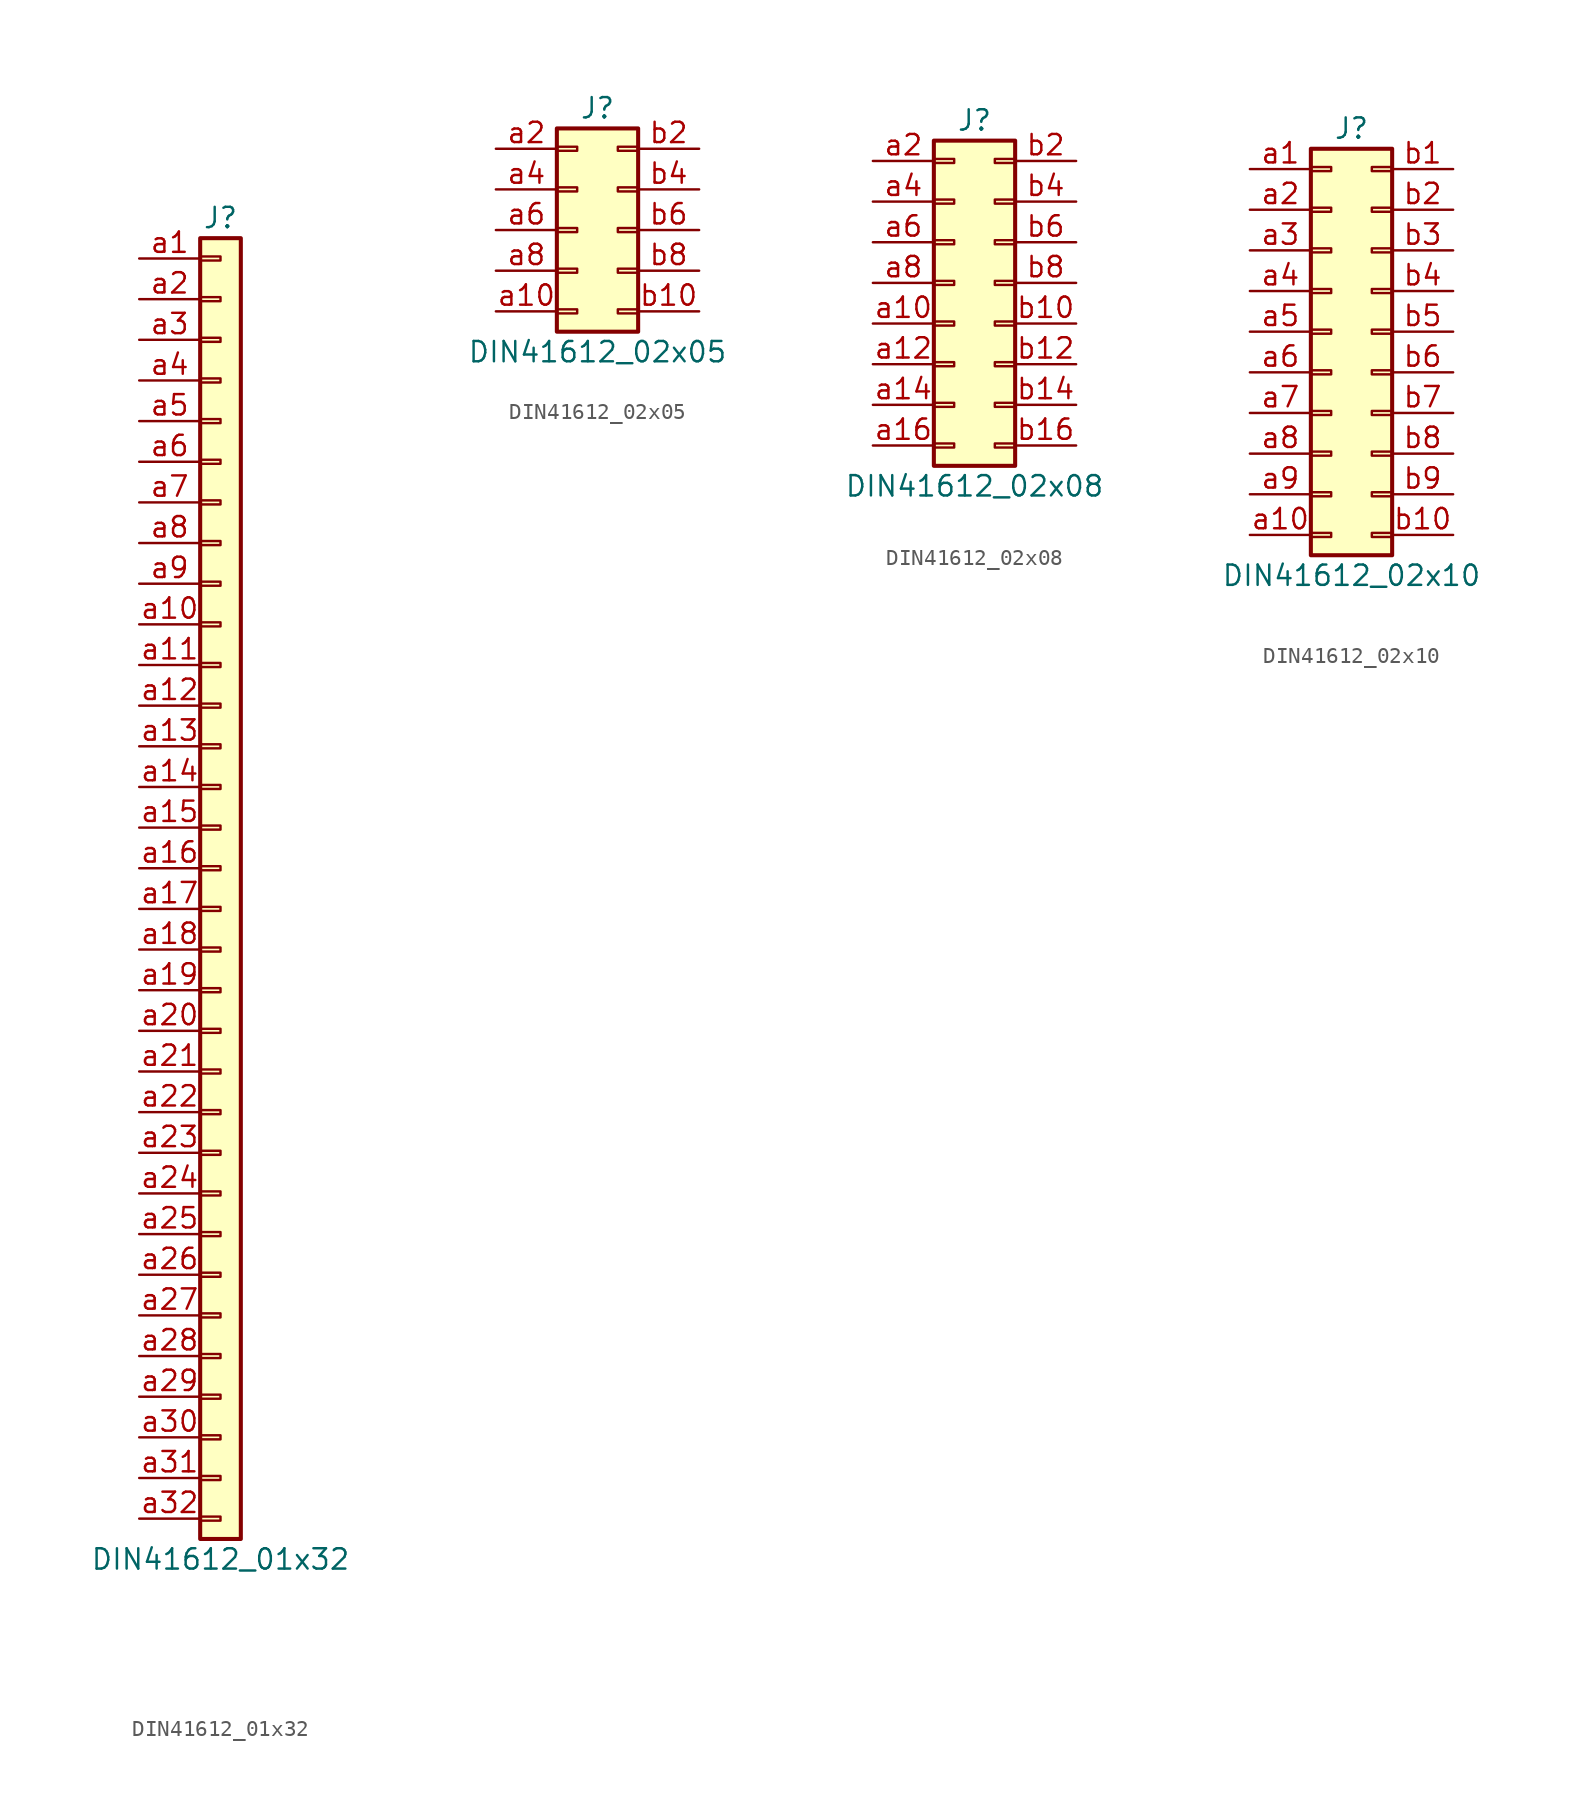
<source format=kicad_sym>
(kicad_symbol_lib
  (version 20241209)
  (generator "kicad_symbol_editor")
  (generator_version "9.0")
  (symbol "DIN41612_01x32"
    (pin_names
      (offset 1.016)
      (hide yes))
    (property "Reference" "J"
      (at 0 40.64 0)
      (effects (font (size 1.27 1.27))))
    (property "Value" "DIN41612_01x32"
      (at 0 -43.18 0)
      (effects (font (size 1.27 1.27))))
    (symbol "DIN41612_01x32_1_1"
      (rectangle (start -1.27 39.37) (end 1.27 -41.91) (stroke (width 0.254) (type default)) (fill (type background)))
      (rectangle (start -1.27 38.227) (end 0 37.973) (stroke (width 0.152) (type default)) (fill (type none)))
      (rectangle (start -1.27 35.687) (end 0 35.433) (stroke (width 0.152) (type default)) (fill (type none)))
      (rectangle (start -1.27 33.147) (end 0 32.893) (stroke (width 0.152) (type default)) (fill (type none)))
      (rectangle (start -1.27 30.607) (end 0 30.353) (stroke (width 0.152) (type default)) (fill (type none)))
      (rectangle (start -1.27 28.067) (end 0 27.813) (stroke (width 0.152) (type default)) (fill (type none)))
      (rectangle (start -1.27 25.527) (end 0 25.273) (stroke (width 0.152) (type default)) (fill (type none)))
      (rectangle (start -1.27 22.987) (end 0 22.733) (stroke (width 0.152) (type default)) (fill (type none)))
      (rectangle (start -1.27 20.447) (end 0 20.193) (stroke (width 0.152) (type default)) (fill (type none)))
      (rectangle (start -1.27 17.907) (end 0 17.653) (stroke (width 0.152) (type default)) (fill (type none)))
      (rectangle (start -1.27 15.367) (end 0 15.113) (stroke (width 0.152) (type default)) (fill (type none)))
      (rectangle (start -1.27 12.827) (end 0 12.573) (stroke (width 0.152) (type default)) (fill (type none)))
      (rectangle (start -1.27 10.287) (end 0 10.033) (stroke (width 0.152) (type default)) (fill (type none)))
      (rectangle (start -1.27 7.747) (end 0 7.493) (stroke (width 0.152) (type default)) (fill (type none)))
      (rectangle (start -1.27 5.207) (end 0 4.953) (stroke (width 0.152) (type default)) (fill (type none)))
      (rectangle (start -1.27 2.667) (end 0 2.413) (stroke (width 0.152) (type default)) (fill (type none)))
      (rectangle (start -1.27 0.127) (end 0 -0.127) (stroke (width 0.152) (type default)) (fill (type none)))
      (rectangle (start -1.27 -2.413) (end 0 -2.667) (stroke (width 0.152) (type default)) (fill (type none)))
      (rectangle (start -1.27 -4.953) (end 0 -5.207) (stroke (width 0.152) (type default)) (fill (type none)))
      (rectangle (start -1.27 -7.493) (end 0 -7.747) (stroke (width 0.152) (type default)) (fill (type none)))
      (rectangle (start -1.27 -10.033) (end 0 -10.287) (stroke (width 0.152) (type default)) (fill (type none)))
      (rectangle (start -1.27 -12.573) (end 0 -12.827) (stroke (width 0.152) (type default)) (fill (type none)))
      (rectangle (start -1.27 -15.113) (end 0 -15.367) (stroke (width 0.152) (type default)) (fill (type none)))
      (rectangle (start -1.27 -17.653) (end 0 -17.907) (stroke (width 0.152) (type default)) (fill (type none)))
      (rectangle (start -1.27 -20.193) (end 0 -20.447) (stroke (width 0.152) (type default)) (fill (type none)))
      (rectangle (start -1.27 -22.733) (end 0 -22.987) (stroke (width 0.152) (type default)) (fill (type none)))
      (rectangle (start -1.27 -25.273) (end 0 -25.527) (stroke (width 0.152) (type default)) (fill (type none)))
      (rectangle (start -1.27 -27.813) (end 0 -28.067) (stroke (width 0.152) (type default)) (fill (type none)))
      (rectangle (start -1.27 -30.353) (end 0 -30.607) (stroke (width 0.152) (type default)) (fill (type none)))
      (rectangle (start -1.27 -32.893) (end 0 -33.147) (stroke (width 0.152) (type default)) (fill (type none)))
      (rectangle (start -1.27 -35.433) (end 0 -35.687) (stroke (width 0.152) (type default)) (fill (type none)))
      (rectangle (start -1.27 -37.973) (end 0 -38.227) (stroke (width 0.152) (type default)) (fill (type none)))
      (rectangle (start -1.27 -40.513) (end 0 -40.767) (stroke (width 0.152) (type default)) (fill (type none)))
      (pin passive line (at -5.08 38.1 0) (length 3.81) (name "Pin_a1" (effects (font (size 1.27 1.27)))) (number "a1" (effects (font (size 1.27 1.27)))))
      (pin passive line (at -5.08 35.56 0) (length 3.81) (name "Pin_a2" (effects (font (size 1.27 1.27)))) (number "a2" (effects (font (size 1.27 1.27)))))
      (pin passive line (at -5.08 33.02 0) (length 3.81) (name "Pin_a3" (effects (font (size 1.27 1.27)))) (number "a3" (effects (font (size 1.27 1.27)))))
      (pin passive line (at -5.08 30.48 0) (length 3.81) (name "Pin_a4" (effects (font (size 1.27 1.27)))) (number "a4" (effects (font (size 1.27 1.27)))))
      (pin passive line (at -5.08 27.94 0) (length 3.81) (name "Pin_a5" (effects (font (size 1.27 1.27)))) (number "a5" (effects (font (size 1.27 1.27)))))
      (pin passive line (at -5.08 25.4 0) (length 3.81) (name "Pin_a6" (effects (font (size 1.27 1.27)))) (number "a6" (effects (font (size 1.27 1.27)))))
      (pin passive line (at -5.08 22.86 0) (length 3.81) (name "Pin_a7" (effects (font (size 1.27 1.27)))) (number "a7" (effects (font (size 1.27 1.27)))))
      (pin passive line (at -5.08 20.32 0) (length 3.81) (name "Pin_a8" (effects (font (size 1.27 1.27)))) (number "a8" (effects (font (size 1.27 1.27)))))
      (pin passive line (at -5.08 17.78 0) (length 3.81) (name "Pin_a9" (effects (font (size 1.27 1.27)))) (number "a9" (effects (font (size 1.27 1.27)))))
      (pin passive line (at -5.08 15.24 0) (length 3.81) (name "Pin_a10" (effects (font (size 1.27 1.27)))) (number "a10" (effects (font (size 1.27 1.27)))))
      (pin passive line (at -5.08 12.7 0) (length 3.81) (name "Pin_a11" (effects (font (size 1.27 1.27)))) (number "a11" (effects (font (size 1.27 1.27)))))
      (pin passive line (at -5.08 10.16 0) (length 3.81) (name "Pin_a12" (effects (font (size 1.27 1.27)))) (number "a12" (effects (font (size 1.27 1.27)))))
      (pin passive line (at -5.08 7.62 0) (length 3.81) (name "Pin_a13" (effects (font (size 1.27 1.27)))) (number "a13" (effects (font (size 1.27 1.27)))))
      (pin passive line (at -5.08 5.08 0) (length 3.81) (name "Pin_a14" (effects (font (size 1.27 1.27)))) (number "a14" (effects (font (size 1.27 1.27)))))
      (pin passive line (at -5.08 2.54 0) (length 3.81) (name "Pin_a15" (effects (font (size 1.27 1.27)))) (number "a15" (effects (font (size 1.27 1.27)))))
      (pin passive line (at -5.08 0 0) (length 3.81) (name "Pin_a16" (effects (font (size 1.27 1.27)))) (number "a16" (effects (font (size 1.27 1.27)))))
      (pin passive line (at -5.08 -2.54 0) (length 3.81) (name "Pin_a17" (effects (font (size 1.27 1.27)))) (number "a17" (effects (font (size 1.27 1.27)))))
      (pin passive line (at -5.08 -5.08 0) (length 3.81) (name "Pin_a18" (effects (font (size 1.27 1.27)))) (number "a18" (effects (font (size 1.27 1.27)))))
      (pin passive line (at -5.08 -7.62 0) (length 3.81) (name "Pin_a19" (effects (font (size 1.27 1.27)))) (number "a19" (effects (font (size 1.27 1.27)))))
      (pin passive line (at -5.08 -10.16 0) (length 3.81) (name "Pin_a20" (effects (font (size 1.27 1.27)))) (number "a20" (effects (font (size 1.27 1.27)))))
      (pin passive line (at -5.08 -12.7 0) (length 3.81) (name "Pin_a21" (effects (font (size 1.27 1.27)))) (number "a21" (effects (font (size 1.27 1.27)))))
      (pin passive line (at -5.08 -15.24 0) (length 3.81) (name "Pin_a22" (effects (font (size 1.27 1.27)))) (number "a22" (effects (font (size 1.27 1.27)))))
      (pin passive line (at -5.08 -17.78 0) (length 3.81) (name "Pin_a23" (effects (font (size 1.27 1.27)))) (number "a23" (effects (font (size 1.27 1.27)))))
      (pin passive line (at -5.08 -20.32 0) (length 3.81) (name "Pin_a24" (effects (font (size 1.27 1.27)))) (number "a24" (effects (font (size 1.27 1.27)))))
      (pin passive line (at -5.08 -22.86 0) (length 3.81) (name "Pin_a25" (effects (font (size 1.27 1.27)))) (number "a25" (effects (font (size 1.27 1.27)))))
      (pin passive line (at -5.08 -25.4 0) (length 3.81) (name "Pin_a26" (effects (font (size 1.27 1.27)))) (number "a26" (effects (font (size 1.27 1.27)))))
      (pin passive line (at -5.08 -27.94 0) (length 3.81) (name "Pin_a27" (effects (font (size 1.27 1.27)))) (number "a27" (effects (font (size 1.27 1.27)))))
      (pin passive line (at -5.08 -30.48 0) (length 3.81) (name "Pin_a28" (effects (font (size 1.27 1.27)))) (number "a28" (effects (font (size 1.27 1.27)))))
      (pin passive line (at -5.08 -33.02 0) (length 3.81) (name "Pin_a29" (effects (font (size 1.27 1.27)))) (number "a29" (effects (font (size 1.27 1.27)))))
      (pin passive line (at -5.08 -35.56 0) (length 3.81) (name "Pin_a30" (effects (font (size 1.27 1.27)))) (number "a30" (effects (font (size 1.27 1.27)))))
      (pin passive line (at -5.08 -38.1 0) (length 3.81) (name "Pin_a31" (effects (font (size 1.27 1.27)))) (number "a31" (effects (font (size 1.27 1.27)))))
      (pin passive line (at -5.08 -40.64 0) (length 3.81) (name "Pin_a32" (effects (font (size 1.27 1.27)))) (number "a32" (effects (font (size 1.27 1.27)))))))
  (symbol "DIN41612_02x05"
    (pin_names
      (offset 1.016)
      (hide yes))
    (property "Reference" "J"
      (at 1.27 7.62 0)
      (effects (font (size 1.27 1.27))))
    (property "Value" "DIN41612_02x05"
      (at 1.27 -7.62 0)
      (effects (font (size 1.27 1.27))))
    (symbol "DIN41612_02x05_1_1"
      (rectangle (start -1.27 6.35) (end 3.81 -6.35) (stroke (width 0.254) (type default)) (fill (type background)))
      (rectangle (start -1.27 5.207) (end 0 4.953) (stroke (width 0.152) (type default)) (fill (type none)))
      (rectangle (start -1.27 2.667) (end 0 2.413) (stroke (width 0.152) (type default)) (fill (type none)))
      (rectangle (start -1.27 0.127) (end 0 -0.127) (stroke (width 0.152) (type default)) (fill (type none)))
      (rectangle (start -1.27 -2.413) (end 0 -2.667) (stroke (width 0.152) (type default)) (fill (type none)))
      (rectangle (start -1.27 -4.953) (end 0 -5.207) (stroke (width 0.152) (type default)) (fill (type none)))
      (rectangle (start 3.81 5.207) (end 2.54 4.953) (stroke (width 0.152) (type default)) (fill (type none)))
      (rectangle (start 3.81 2.667) (end 2.54 2.413) (stroke (width 0.152) (type default)) (fill (type none)))
      (rectangle (start 3.81 0.127) (end 2.54 -0.127) (stroke (width 0.152) (type default)) (fill (type none)))
      (rectangle (start 3.81 -2.413) (end 2.54 -2.667) (stroke (width 0.152) (type default)) (fill (type none)))
      (rectangle (start 3.81 -4.953) (end 2.54 -5.207) (stroke (width 0.152) (type default)) (fill (type none)))
      (pin passive line (at -5.08 5.08 0) (length 3.81) (name "Pin_a2" (effects (font (size 1.27 1.27)))) (number "a2" (effects (font (size 1.27 1.27)))))
      (pin passive line (at -5.08 2.54 0) (length 3.81) (name "Pin_a4" (effects (font (size 1.27 1.27)))) (number "a4" (effects (font (size 1.27 1.27)))))
      (pin passive line (at -5.08 0 0) (length 3.81) (name "Pin_a6" (effects (font (size 1.27 1.27)))) (number "a6" (effects (font (size 1.27 1.27)))))
      (pin passive line (at -5.08 -2.54 0) (length 3.81) (name "Pin_a8" (effects (font (size 1.27 1.27)))) (number "a8" (effects (font (size 1.27 1.27)))))
      (pin passive line (at -5.08 -5.08 0) (length 3.81) (name "Pin_a10" (effects (font (size 1.27 1.27)))) (number "a10" (effects (font (size 1.27 1.27)))))
      (pin passive line (at 7.62 5.08 180) (length 3.81) (name "Pin_b2" (effects (font (size 1.27 1.27)))) (number "b2" (effects (font (size 1.27 1.27)))))
      (pin passive line (at 7.62 2.54 180) (length 3.81) (name "Pin_b4" (effects (font (size 1.27 1.27)))) (number "b4" (effects (font (size 1.27 1.27)))))
      (pin passive line (at 7.62 0 180) (length 3.81) (name "Pin_b6" (effects (font (size 1.27 1.27)))) (number "b6" (effects (font (size 1.27 1.27)))))
      (pin passive line (at 7.62 -2.54 180) (length 3.81) (name "Pin_b8" (effects (font (size 1.27 1.27)))) (number "b8" (effects (font (size 1.27 1.27)))))
      (pin passive line (at 7.62 -5.08 180) (length 3.81) (name "Pin_b10" (effects (font (size 1.27 1.27)))) (number "b10" (effects (font (size 1.27 1.27)))))))
  (symbol "DIN41612_02x08"
    (pin_names
      (offset 1.016)
      (hide yes))
    (property "Reference" "J"
      (at 1.27 10.16 0)
      (effects (font (size 1.27 1.27))))
    (property "Value" "DIN41612_02x08"
      (at 1.27 -12.7 0)
      (effects (font (size 1.27 1.27))))
    (symbol "DIN41612_02x08_1_1"
      (rectangle (start -1.27 8.89) (end 3.81 -11.43) (stroke (width 0.254) (type default)) (fill (type background)))
      (rectangle (start -1.27 7.747) (end 0 7.493) (stroke (width 0.152) (type default)) (fill (type none)))
      (rectangle (start -1.27 5.207) (end 0 4.953) (stroke (width 0.152) (type default)) (fill (type none)))
      (rectangle (start -1.27 2.667) (end 0 2.413) (stroke (width 0.152) (type default)) (fill (type none)))
      (rectangle (start -1.27 0.127) (end 0 -0.127) (stroke (width 0.152) (type default)) (fill (type none)))
      (rectangle (start -1.27 -2.413) (end 0 -2.667) (stroke (width 0.152) (type default)) (fill (type none)))
      (rectangle (start -1.27 -4.953) (end 0 -5.207) (stroke (width 0.152) (type default)) (fill (type none)))
      (rectangle (start -1.27 -7.493) (end 0 -7.747) (stroke (width 0.152) (type default)) (fill (type none)))
      (rectangle (start -1.27 -10.033) (end 0 -10.287) (stroke (width 0.152) (type default)) (fill (type none)))
      (rectangle (start 3.81 7.747) (end 2.54 7.493) (stroke (width 0.152) (type default)) (fill (type none)))
      (rectangle (start 3.81 5.207) (end 2.54 4.953) (stroke (width 0.152) (type default)) (fill (type none)))
      (rectangle (start 3.81 2.667) (end 2.54 2.413) (stroke (width 0.152) (type default)) (fill (type none)))
      (rectangle (start 3.81 0.127) (end 2.54 -0.127) (stroke (width 0.152) (type default)) (fill (type none)))
      (rectangle (start 3.81 -2.413) (end 2.54 -2.667) (stroke (width 0.152) (type default)) (fill (type none)))
      (rectangle (start 3.81 -4.953) (end 2.54 -5.207) (stroke (width 0.152) (type default)) (fill (type none)))
      (rectangle (start 3.81 -7.493) (end 2.54 -7.747) (stroke (width 0.152) (type default)) (fill (type none)))
      (rectangle (start 3.81 -10.033) (end 2.54 -10.287) (stroke (width 0.152) (type default)) (fill (type none)))
      (pin passive line (at -5.08 7.62 0) (length 3.81) (name "Pin_a2" (effects (font (size 1.27 1.27)))) (number "a2" (effects (font (size 1.27 1.27)))))
      (pin passive line (at -5.08 5.08 0) (length 3.81) (name "Pin_a4" (effects (font (size 1.27 1.27)))) (number "a4" (effects (font (size 1.27 1.27)))))
      (pin passive line (at -5.08 2.54 0) (length 3.81) (name "Pin_a6" (effects (font (size 1.27 1.27)))) (number "a6" (effects (font (size 1.27 1.27)))))
      (pin passive line (at -5.08 0 0) (length 3.81) (name "Pin_a8" (effects (font (size 1.27 1.27)))) (number "a8" (effects (font (size 1.27 1.27)))))
      (pin passive line (at -5.08 -2.54 0) (length 3.81) (name "Pin_a10" (effects (font (size 1.27 1.27)))) (number "a10" (effects (font (size 1.27 1.27)))))
      (pin passive line (at -5.08 -5.08 0) (length 3.81) (name "Pin_a12" (effects (font (size 1.27 1.27)))) (number "a12" (effects (font (size 1.27 1.27)))))
      (pin passive line (at -5.08 -7.62 0) (length 3.81) (name "Pin_a14" (effects (font (size 1.27 1.27)))) (number "a14" (effects (font (size 1.27 1.27)))))
      (pin passive line (at -5.08 -10.16 0) (length 3.81) (name "Pin_a16" (effects (font (size 1.27 1.27)))) (number "a16" (effects (font (size 1.27 1.27)))))
      (pin passive line (at 7.62 7.62 180) (length 3.81) (name "Pin_b2" (effects (font (size 1.27 1.27)))) (number "b2" (effects (font (size 1.27 1.27)))))
      (pin passive line (at 7.62 5.08 180) (length 3.81) (name "Pin_b4" (effects (font (size 1.27 1.27)))) (number "b4" (effects (font (size 1.27 1.27)))))
      (pin passive line (at 7.62 2.54 180) (length 3.81) (name "Pin_b6" (effects (font (size 1.27 1.27)))) (number "b6" (effects (font (size 1.27 1.27)))))
      (pin passive line (at 7.62 0 180) (length 3.81) (name "Pin_b8" (effects (font (size 1.27 1.27)))) (number "b8" (effects (font (size 1.27 1.27)))))
      (pin passive line (at 7.62 -2.54 180) (length 3.81) (name "Pin_b10" (effects (font (size 1.27 1.27)))) (number "b10" (effects (font (size 1.27 1.27)))))
      (pin passive line (at 7.62 -5.08 180) (length 3.81) (name "Pin_b12" (effects (font (size 1.27 1.27)))) (number "b12" (effects (font (size 1.27 1.27)))))
      (pin passive line (at 7.62 -7.62 180) (length 3.81) (name "Pin_b14" (effects (font (size 1.27 1.27)))) (number "b14" (effects (font (size 1.27 1.27)))))
      (pin passive line (at 7.62 -10.16 180) (length 3.81) (name "Pin_b16" (effects (font (size 1.27 1.27)))) (number "b16" (effects (font (size 1.27 1.27)))))))
  (symbol "DIN41612_02x10"
    (pin_names
      (offset 1.016)
      (hide yes))
    (property "Reference" "J"
      (at 1.27 12.7 0)
      (effects (font (size 1.27 1.27))))
    (property "Value" "DIN41612_02x10"
      (at 1.27 -15.24 0)
      (effects (font (size 1.27 1.27))))
    (symbol "DIN41612_02x10_1_1"
      (rectangle (start -1.27 11.43) (end 3.81 -13.97) (stroke (width 0.254) (type default)) (fill (type background)))
      (rectangle (start -1.27 10.287) (end 0 10.033) (stroke (width 0.152) (type default)) (fill (type none)))
      (rectangle (start -1.27 7.747) (end 0 7.493) (stroke (width 0.152) (type default)) (fill (type none)))
      (rectangle (start -1.27 5.207) (end 0 4.953) (stroke (width 0.152) (type default)) (fill (type none)))
      (rectangle (start -1.27 2.667) (end 0 2.413) (stroke (width 0.152) (type default)) (fill (type none)))
      (rectangle (start -1.27 0.127) (end 0 -0.127) (stroke (width 0.152) (type default)) (fill (type none)))
      (rectangle (start -1.27 -2.413) (end 0 -2.667) (stroke (width 0.152) (type default)) (fill (type none)))
      (rectangle (start -1.27 -4.953) (end 0 -5.207) (stroke (width 0.152) (type default)) (fill (type none)))
      (rectangle (start -1.27 -7.493) (end 0 -7.747) (stroke (width 0.152) (type default)) (fill (type none)))
      (rectangle (start -1.27 -10.033) (end 0 -10.287) (stroke (width 0.152) (type default)) (fill (type none)))
      (rectangle (start -1.27 -12.573) (end 0 -12.827) (stroke (width 0.152) (type default)) (fill (type none)))
      (rectangle (start 3.81 10.287) (end 2.54 10.033) (stroke (width 0.152) (type default)) (fill (type none)))
      (rectangle (start 3.81 7.747) (end 2.54 7.493) (stroke (width 0.152) (type default)) (fill (type none)))
      (rectangle (start 3.81 5.207) (end 2.54 4.953) (stroke (width 0.152) (type default)) (fill (type none)))
      (rectangle (start 3.81 2.667) (end 2.54 2.413) (stroke (width 0.152) (type default)) (fill (type none)))
      (rectangle (start 3.81 0.127) (end 2.54 -0.127) (stroke (width 0.152) (type default)) (fill (type none)))
      (rectangle (start 3.81 -2.413) (end 2.54 -2.667) (stroke (width 0.152) (type default)) (fill (type none)))
      (rectangle (start 3.81 -4.953) (end 2.54 -5.207) (stroke (width 0.152) (type default)) (fill (type none)))
      (rectangle (start 3.81 -7.493) (end 2.54 -7.747) (stroke (width 0.152) (type default)) (fill (type none)))
      (rectangle (start 3.81 -10.033) (end 2.54 -10.287) (stroke (width 0.152) (type default)) (fill (type none)))
      (rectangle (start 3.81 -12.573) (end 2.54 -12.827) (stroke (width 0.152) (type default)) (fill (type none)))
      (pin passive line (at -5.08 10.16 0) (length 3.81) (name "Pin_a1" (effects (font (size 1.27 1.27)))) (number "a1" (effects (font (size 1.27 1.27)))))
      (pin passive line (at -5.08 7.62 0) (length 3.81) (name "Pin_a2" (effects (font (size 1.27 1.27)))) (number "a2" (effects (font (size 1.27 1.27)))))
      (pin passive line (at -5.08 5.08 0) (length 3.81) (name "Pin_a3" (effects (font (size 1.27 1.27)))) (number "a3" (effects (font (size 1.27 1.27)))))
      (pin passive line (at -5.08 2.54 0) (length 3.81) (name "Pin_a4" (effects (font (size 1.27 1.27)))) (number "a4" (effects (font (size 1.27 1.27)))))
      (pin passive line (at -5.08 0 0) (length 3.81) (name "Pin_a5" (effects (font (size 1.27 1.27)))) (number "a5" (effects (font (size 1.27 1.27)))))
      (pin passive line (at -5.08 -2.54 0) (length 3.81) (name "Pin_a6" (effects (font (size 1.27 1.27)))) (number "a6" (effects (font (size 1.27 1.27)))))
      (pin passive line (at -5.08 -5.08 0) (length 3.81) (name "Pin_a7" (effects (font (size 1.27 1.27)))) (number "a7" (effects (font (size 1.27 1.27)))))
      (pin passive line (at -5.08 -7.62 0) (length 3.81) (name "Pin_a8" (effects (font (size 1.27 1.27)))) (number "a8" (effects (font (size 1.27 1.27)))))
      (pin passive line (at -5.08 -10.16 0) (length 3.81) (name "Pin_a9" (effects (font (size 1.27 1.27)))) (number "a9" (effects (font (size 1.27 1.27)))))
      (pin passive line (at -5.08 -12.7 0) (length 3.81) (name "Pin_a10" (effects (font (size 1.27 1.27)))) (number "a10" (effects (font (size 1.27 1.27)))))
      (pin passive line (at 7.62 10.16 180) (length 3.81) (name "Pin_b1" (effects (font (size 1.27 1.27)))) (number "b1" (effects (font (size 1.27 1.27)))))
      (pin passive line (at 7.62 7.62 180) (length 3.81) (name "Pin_b2" (effects (font (size 1.27 1.27)))) (number "b2" (effects (font (size 1.27 1.27)))))
      (pin passive line (at 7.62 5.08 180) (length 3.81) (name "Pin_b3" (effects (font (size 1.27 1.27)))) (number "b3" (effects (font (size 1.27 1.27)))))
      (pin passive line (at 7.62 2.54 180) (length 3.81) (name "Pin_b4" (effects (font (size 1.27 1.27)))) (number "b4" (effects (font (size 1.27 1.27)))))
      (pin passive line (at 7.62 0 180) (length 3.81) (name "Pin_b5" (effects (font (size 1.27 1.27)))) (number "b5" (effects (font (size 1.27 1.27)))))
      (pin passive line (at 7.62 -2.54 180) (length 3.81) (name "Pin_b6" (effects (font (size 1.27 1.27)))) (number "b6" (effects (font (size 1.27 1.27)))))
      (pin passive line (at 7.62 -5.08 180) (length 3.81) (name "Pin_b7" (effects (font (size 1.27 1.27)))) (number "b7" (effects (font (size 1.27 1.27)))))
      (pin passive line (at 7.62 -7.62 180) (length 3.81) (name "Pin_b8" (effects (font (size 1.27 1.27)))) (number "b8" (effects (font (size 1.27 1.27)))))
      (pin passive line (at 7.62 -10.16 180) (length 3.81) (name "Pin_b9" (effects (font (size 1.27 1.27)))) (number "b9" (effects (font (size 1.27 1.27)))))
      (pin passive line (at 7.62 -12.7 180) (length 3.81) (name "Pin_b10" (effects (font (size 1.27 1.27)))) (number "b10" (effects (font (size 1.27 1.27))))))))
</source>
